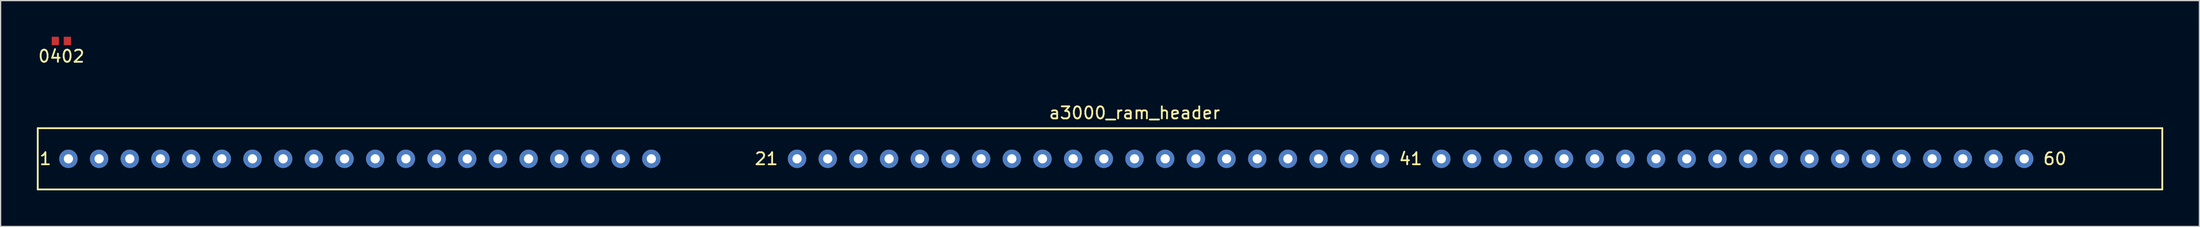
<source format=kicad_pcb>
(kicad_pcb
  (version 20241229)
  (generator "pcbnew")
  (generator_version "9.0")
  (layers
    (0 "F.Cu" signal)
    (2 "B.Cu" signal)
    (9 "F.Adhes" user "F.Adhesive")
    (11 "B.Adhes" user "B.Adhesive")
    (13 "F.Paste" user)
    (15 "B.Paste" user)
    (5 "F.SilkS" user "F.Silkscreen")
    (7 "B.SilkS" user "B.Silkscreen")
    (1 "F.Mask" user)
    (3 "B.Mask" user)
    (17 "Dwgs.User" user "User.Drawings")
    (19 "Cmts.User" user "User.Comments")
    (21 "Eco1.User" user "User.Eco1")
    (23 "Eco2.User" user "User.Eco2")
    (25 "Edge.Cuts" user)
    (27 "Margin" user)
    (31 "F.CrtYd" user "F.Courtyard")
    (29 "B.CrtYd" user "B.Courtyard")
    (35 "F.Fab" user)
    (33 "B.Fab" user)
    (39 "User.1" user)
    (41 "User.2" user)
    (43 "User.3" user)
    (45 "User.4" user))
  (footprint "a3000_ram_header"
    (layer "F.Cu")
    (at 83.26 10.127)
    (property "Reference" "a3000_ram_header" (at 7.62 -3.81 0) (layer "F.SilkS") (effects (font (size 1 1) (thickness 0.15))))
    (attr through_hole)
    (fp_line (start -83.185 -2.54) (end 92.71 -2.54) (stroke (width 0.15) (type solid)) (layer "F.SilkS"))
    (fp_line (start -83.185 2.54) (end -83.185 -2.54) (stroke (width 0.15) (type solid)) (layer "F.SilkS"))
    (fp_line (start 92.71 -2.54) (end 92.71 2.54) (stroke (width 0.15) (type solid)) (layer "F.SilkS"))
    (fp_line (start 92.71 2.54) (end -83.185 2.54) (stroke (width 0.15) (type solid)) (layer "F.SilkS"))
    (fp_text user "1" (at -82.55 0 0) (layer "F.SilkS") (effects (font (size 1 1) (thickness 0.15))))
    (fp_text user "21" (at -22.86 0 0) (layer "F.SilkS") (effects (font (size 1 1) (thickness 0.15))))
    (fp_text user "60" (at 83.82 0 0) (layer "F.SilkS") (effects (font (size 1 1) (thickness 0.15))))
    (fp_text user "41" (at 30.48 0 0) (layer "F.SilkS") (effects (font (size 1 1) (thickness 0.15))))
    (pad "1" thru_hole circle (at -80.645 0) (size 1.524 1.524) (drill 0.762) (layers "*.Cu" "*.Mask"))
    (pad "2" thru_hole circle (at -78.105 0) (size 1.524 1.524) (drill 0.762) (layers "*.Cu" "*.Mask"))
    (pad "3" thru_hole circle (at -75.565 0) (size 1.524 1.524) (drill 0.762) (layers "*.Cu" "*.Mask"))
    (pad "4" thru_hole circle (at -73.025 0) (size 1.524 1.524) (drill 0.762) (layers "*.Cu" "*.Mask"))
    (pad "5" thru_hole circle (at -70.485 0) (size 1.524 1.524) (drill 0.762) (layers "*.Cu" "*.Mask"))
    (pad "6" thru_hole circle (at -67.945 0) (size 1.524 1.524) (drill 0.762) (layers "*.Cu" "*.Mask"))
    (pad "7" thru_hole circle (at -65.405 0) (size 1.524 1.524) (drill 0.762) (layers "*.Cu" "*.Mask"))
    (pad "8" thru_hole circle (at -62.865 0) (size 1.524 1.524) (drill 0.762) (layers "*.Cu" "*.Mask"))
    (pad "9" thru_hole circle (at -60.325 0) (size 1.524 1.524) (drill 0.762) (layers "*.Cu" "*.Mask"))
    (pad "10" thru_hole circle (at -57.785 0) (size 1.524 1.524) (drill 0.762) (layers "*.Cu" "*.Mask"))
    (pad "11" thru_hole circle (at -55.245 0) (size 1.524 1.524) (drill 0.762) (layers "*.Cu" "*.Mask"))
    (pad "12" thru_hole circle (at -52.705 0) (size 1.524 1.524) (drill 0.762) (layers "*.Cu" "*.Mask"))
    (pad "13" thru_hole circle (at -50.165 0) (size 1.524 1.524) (drill 0.762) (layers "*.Cu" "*.Mask"))
    (pad "14" thru_hole circle (at -47.625 0) (size 1.524 1.524) (drill 0.762) (layers "*.Cu" "*.Mask"))
    (pad "15" thru_hole circle (at -45.085 0) (size 1.524 1.524) (drill 0.762) (layers "*.Cu" "*.Mask"))
    (pad "16" thru_hole circle (at -42.545 0) (size 1.524 1.524) (drill 0.762) (layers "*.Cu" "*.Mask"))
    (pad "17" thru_hole circle (at -40.005 0) (size 1.524 1.524) (drill 0.762) (layers "*.Cu" "*.Mask"))
    (pad "18" thru_hole circle (at -37.465 0) (size 1.524 1.524) (drill 0.762) (layers "*.Cu" "*.Mask"))
    (pad "19" thru_hole circle (at -34.925 0) (size 1.524 1.524) (drill 0.762) (layers "*.Cu" "*.Mask"))
    (pad "20" thru_hole circle (at -32.385 0) (size 1.524 1.524) (drill 0.762) (layers "*.Cu" "*.Mask"))
    (pad "21" thru_hole circle (at -20.32 0) (size 1.524 1.524) (drill 0.762) (layers "*.Cu" "*.Mask"))
    (pad "22" thru_hole circle (at -17.78 0) (size 1.524 1.524) (drill 0.762) (layers "*.Cu" "*.Mask"))
    (pad "23" thru_hole circle (at -15.24 0) (size 1.524 1.524) (drill 0.762) (layers "*.Cu" "*.Mask"))
    (pad "24" thru_hole circle (at -12.7 0) (size 1.524 1.524) (drill 0.762) (layers "*.Cu" "*.Mask"))
    (pad "25" thru_hole circle (at -10.16 0) (size 1.524 1.524) (drill 0.762) (layers "*.Cu" "*.Mask"))
    (pad "26" thru_hole circle (at -7.62 0) (size 1.524 1.524) (drill 0.762) (layers "*.Cu" "*.Mask"))
    (pad "27" thru_hole circle (at -5.08 0) (size 1.524 1.524) (drill 0.762) (layers "*.Cu" "*.Mask"))
    (pad "28" thru_hole circle (at -2.54 0) (size 1.524 1.524) (drill 0.762) (layers "*.Cu" "*.Mask"))
    (pad "29" thru_hole circle (at 0 0) (size 1.524 1.524) (drill 0.762) (layers "*.Cu" "*.Mask"))
    (pad "30" thru_hole circle (at 2.54 0) (size 1.524 1.524) (drill 0.762) (layers "*.Cu" "*.Mask"))
    (pad "31" thru_hole circle (at 5.08 0) (size 1.524 1.524) (drill 0.762) (layers "*.Cu" "*.Mask"))
    (pad "32" thru_hole circle (at 7.62 0) (size 1.524 1.524) (drill 0.762) (layers "*.Cu" "*.Mask"))
    (pad "33" thru_hole circle (at 10.16 0) (size 1.524 1.524) (drill 0.762) (layers "*.Cu" "*.Mask"))
    (pad "34" thru_hole circle (at 12.7 0) (size 1.524 1.524) (drill 0.762) (layers "*.Cu" "*.Mask"))
    (pad "35" thru_hole circle (at 15.24 0) (size 1.524 1.524) (drill 0.762) (layers "*.Cu" "*.Mask"))
    (pad "36" thru_hole circle (at 17.78 0) (size 1.524 1.524) (drill 0.762) (layers "*.Cu" "*.Mask"))
    (pad "37" thru_hole circle (at 20.32 0) (size 1.524 1.524) (drill 0.762) (layers "*.Cu" "*.Mask"))
    (pad "38" thru_hole circle (at 22.86 0) (size 1.524 1.524) (drill 0.762) (layers "*.Cu" "*.Mask"))
    (pad "39" thru_hole circle (at 25.4 0) (size 1.524 1.524) (drill 0.762) (layers "*.Cu" "*.Mask"))
    (pad "40" thru_hole circle (at 27.94 0) (size 1.524 1.524) (drill 0.762) (layers "*.Cu" "*.Mask"))
    (pad "41" thru_hole circle (at 33.02 0) (size 1.524 1.524) (drill 0.762) (layers "*.Cu" "*.Mask"))
    (pad "42" thru_hole circle (at 35.56 0) (size 1.524 1.524) (drill 0.762) (layers "*.Cu" "*.Mask"))
    (pad "43" thru_hole circle (at 38.1 0) (size 1.524 1.524) (drill 0.762) (layers "*.Cu" "*.Mask"))
    (pad "44" thru_hole circle (at 40.64 0) (size 1.524 1.524) (drill 0.762) (layers "*.Cu" "*.Mask"))
    (pad "45" thru_hole circle (at 43.18 0) (size 1.524 1.524) (drill 0.762) (layers "*.Cu" "*.Mask"))
    (pad "46" thru_hole circle (at 45.72 0) (size 1.524 1.524) (drill 0.762) (layers "*.Cu" "*.Mask"))
    (pad "47" thru_hole circle (at 48.26 0) (size 1.524 1.524) (drill 0.762) (layers "*.Cu" "*.Mask"))
    (pad "48" thru_hole circle (at 50.8 0) (size 1.524 1.524) (drill 0.762) (layers "*.Cu" "*.Mask"))
    (pad "49" thru_hole circle (at 53.34 0) (size 1.524 1.524) (drill 0.762) (layers "*.Cu" "*.Mask"))
    (pad "50" thru_hole circle (at 55.88 0) (size 1.524 1.524) (drill 0.762) (layers "*.Cu" "*.Mask"))
    (pad "51" thru_hole circle (at 58.42 0) (size 1.524 1.524) (drill 0.762) (layers "*.Cu" "*.Mask"))
    (pad "52" thru_hole circle (at 60.96 0) (size 1.524 1.524) (drill 0.762) (layers "*.Cu" "*.Mask"))
    (pad "53" thru_hole circle (at 63.5 0) (size 1.524 1.524) (drill 0.762) (layers "*.Cu" "*.Mask"))
    (pad "54" thru_hole circle (at 66.04 0) (size 1.524 1.524) (drill 0.762) (layers "*.Cu" "*.Mask"))
    (pad "55" thru_hole circle (at 68.58 0) (size 1.524 1.524) (drill 0.762) (layers "*.Cu" "*.Mask"))
    (pad "56" thru_hole circle (at 71.12 0) (size 1.524 1.524) (drill 0.762) (layers "*.Cu" "*.Mask"))
    (pad "57" thru_hole circle (at 73.66 0) (size 1.524 1.524) (drill 0.762) (layers "*.Cu" "*.Mask"))
    (pad "58" thru_hole circle (at 76.2 0) (size 1.524 1.524) (drill 0.762) (layers "*.Cu" "*.Mask"))
    (pad "59" thru_hole circle (at 78.74 0) (size 1.524 1.524) (drill 0.762) (layers "*.Cu" "*.Mask"))
    (pad "60" thru_hole circle (at 81.28 0) (size 1.524 1.524) (drill 0.762) (layers "*.Cu" "*.Mask")))
  (footprint "0402"
    (layer "F.Cu")
    (at 2.03 0.35)
    (property "Reference" "0402" (at 0 1.27 0) (layer "F.SilkS") (effects (font (size 1 1) (thickness 0.15))))
    (attr through_hole)
    (pad "1" smd rect (at -0.5 0) (size 0.6 0.7) (layers "F.Cu" "F.Mask" "F.Paste"))
    (pad "2" smd rect (at 0.5 0) (size 0.6 0.7) (layers "F.Cu" "F.Mask" "F.Paste")))
  (gr_rect
    (start -3 -3)
    (end 179.045 15.742)
    (stroke (width 0.1) (type default))
    (fill no)
    (layer "Edge.Cuts")))
</source>
